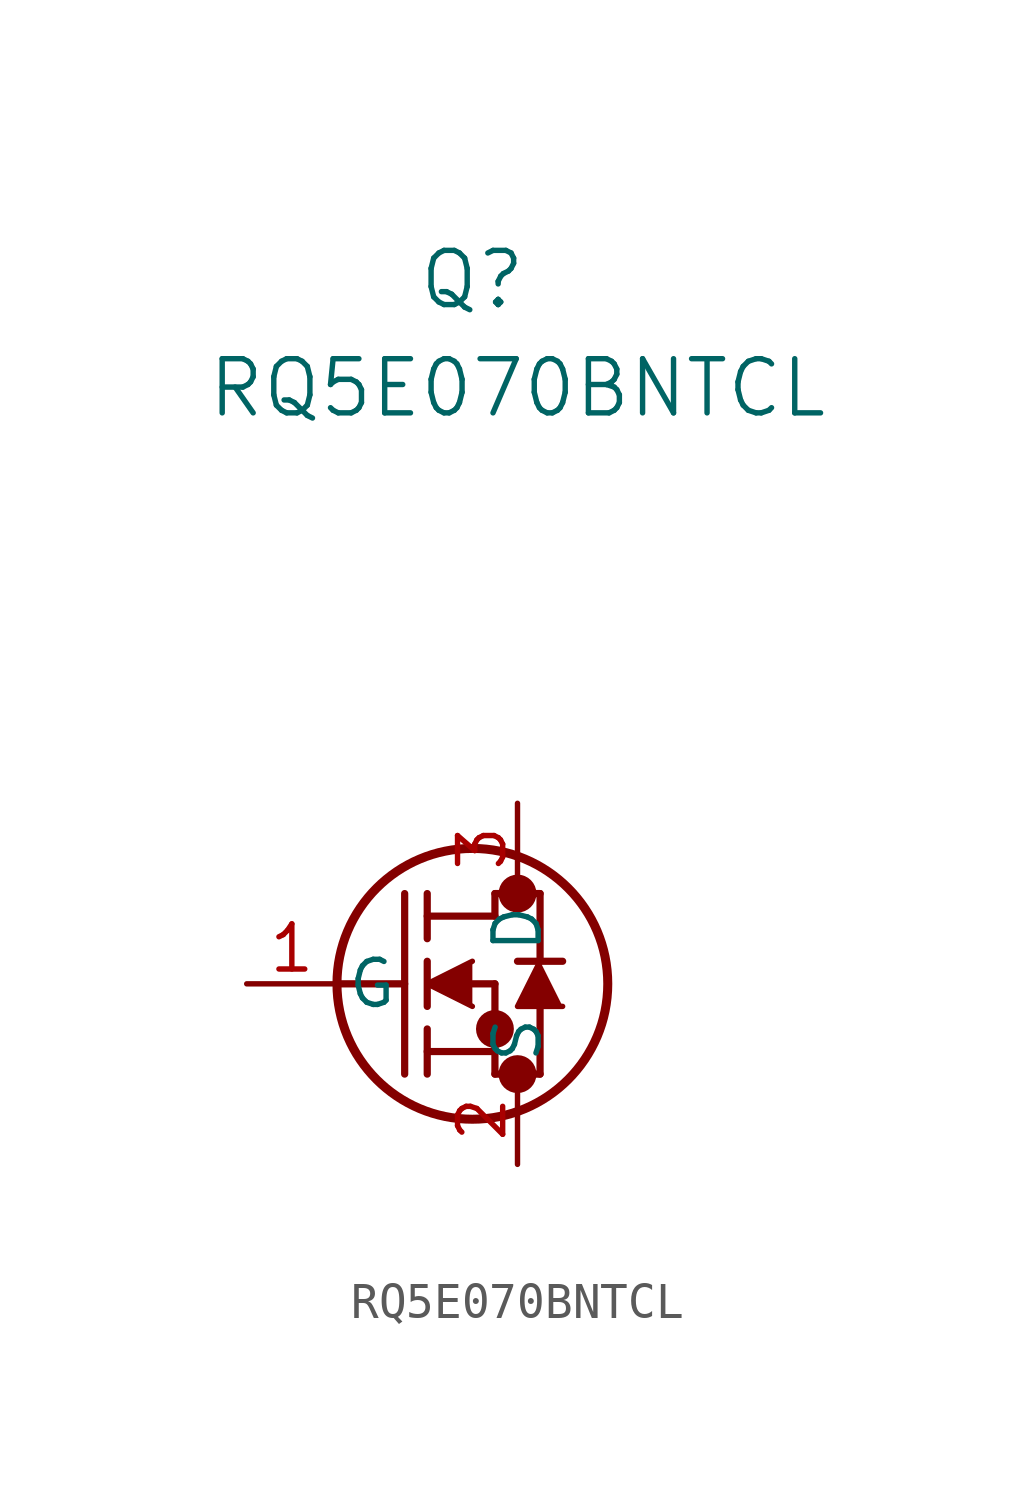
<source format=kicad_sym>
(kicad_symbol_lib
  (version 20241209)
  (generator "kicad_symbol_editor")
  (generator_version "9.0")
  (symbol "RQ5E070BNTCL"
    (pin_names
      (offset 0.254))
    (property "Reference" "Q"
      (at 0 19.812 0)
      (effects (font (size 1.524 1.524))))
    (property "Value" "RQ5E070BNTCL"
      (at 1.27 16.764 0)
      (effects (font (size 1.524 1.524))))
    (property "ki_locked" ""
      (at 0 0 0)
      (effects (font (size 1.27 1.27))))
    (symbol "RQ5E070BNTCL_0_1"
      (polyline (pts (xy -3.81 0) (xy -1.905 0)) (stroke (width 0.203) (type default)) (fill (type none)))
      (polyline (pts (xy -1.905 -2.54) (xy -1.905 2.54)) (stroke (width 0.203) (type default)) (fill (type none)))
      (polyline (pts (xy -1.27 1.905) (xy 0.635 1.905)) (stroke (width 0.203) (type default)) (fill (type none)))
      (polyline (pts (xy -1.27 1.27) (xy -1.27 2.54)) (stroke (width 0.203) (type default)) (fill (type none)))
      (polyline (pts (xy -1.27 -0.635) (xy -1.27 0.635)) (stroke (width 0.203) (type default)) (fill (type none)))
      (polyline (pts (xy -1.27 -1.905) (xy 0.635 -1.905)) (stroke (width 0.203) (type default)) (fill (type none)))
      (polyline (pts (xy -1.27 -2.54) (xy -1.27 -1.27)) (stroke (width 0.203) (type default)) (fill (type none)))
      (polyline (pts (xy 0 0.635) (xy -1.27 0) (xy 0 -0.635)) (stroke (width 0) (type default)) (fill (type outline)))
      (polyline (pts (xy 0 0) (xy 0.635 0)) (stroke (width 0.203) (type default)) (fill (type none)))
      (circle (center 0 0) (radius 3.81) (stroke (width 0.254) (type default)) (fill (type none)))
      (polyline (pts (xy 0.635 2.54) (xy 1.905 2.54)) (stroke (width 0.203) (type default)) (fill (type none)))
      (polyline (pts (xy 0.635 1.905) (xy 0.635 2.54)) (stroke (width 0.203) (type default)) (fill (type none)))
      (circle (center 0.635 -1.27) (radius 0.025) (stroke (width 0.508) (type default)) (fill (type none)))
      (polyline (pts (xy 0.635 -2.54) (xy 0.635 0)) (stroke (width 0.203) (type default)) (fill (type none)))
      (polyline (pts (xy 0.635 -2.54) (xy 1.905 -2.54)) (stroke (width 0.203) (type default)) (fill (type none)))
      (circle (center 1.27 2.54) (radius 0.025) (stroke (width 0.508) (type default)) (fill (type none)))
      (circle (center 1.27 -2.54) (radius 0.025) (stroke (width 0.508) (type default)) (fill (type none)))
      (polyline (pts (xy 1.905 0.635) (xy 1.905 2.54)) (stroke (width 0.203) (type default)) (fill (type none)))
      (polyline (pts (xy 1.905 -2.54) (xy 1.905 -0.635)) (stroke (width 0.203) (type default)) (fill (type none)))
      (polyline (pts (xy 2.54 0.635) (xy 1.27 0.635)) (stroke (width 0.203) (type default)) (fill (type none)))
      (polyline (pts (xy 2.54 -0.635) (xy 1.27 -0.635) (xy 1.905 0.635)) (stroke (width 0) (type default)) (fill (type outline)))
      (pin unspecified line (at 1.27 5.08 270) (length 2.54) (name "D" (effects (font (size 1.27 1.27)))) (number "3" (effects (font (size 1.27 1.27))))))
    (symbol "RQ5E070BNTCL_1_1"
      (pin unspecified line (at -6.35 0 0) (length 2.54) (name "G" (effects (font (size 1.27 1.27)))) (number "1" (effects (font (size 1.27 1.27)))))
      (pin unspecified line (at 1.27 -5.08 90) (length 2.54) (name "S" (effects (font (size 1.27 1.27)))) (number "2" (effects (font (size 1.27 1.27))))))))
</source>
